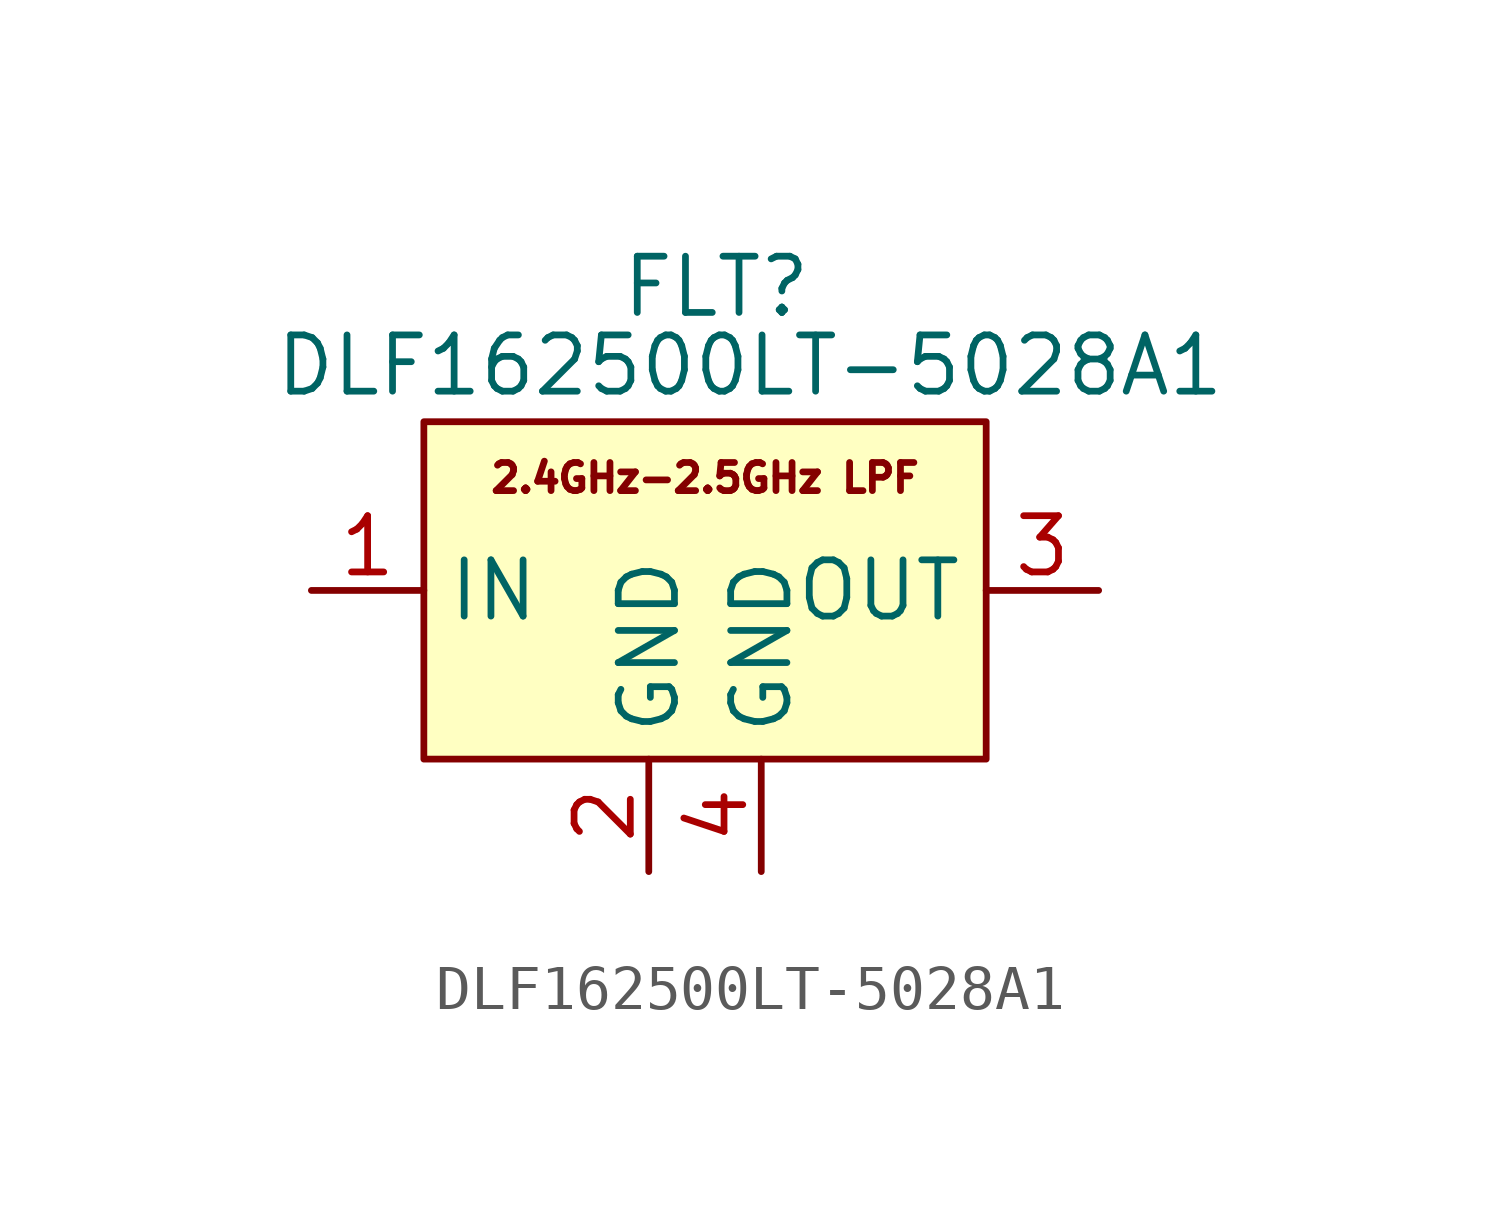
<source format=kicad_sym>
(kicad_symbol_lib
  (version 20231120)
  (generator "kicad_symbol_editor")
  (generator_version "8.0")
  (symbol "DLF162500LT-5028A1"
    (property "Reference" "FLT"
      (at -2.286 5.588 0)
      (effects (font (size 1.27 1.27))))
    (property "Value" "DLF162500LT-5028A1"
      (at -1.524 3.81 0)
      (effects (font (size 1.27 1.27))))
    (symbol "DLF162500LT-5028A1_0_0"
      (pin passive line (at -11.43 -1.27 0) (length 2.54) (name "IN" (effects (font (size 1.27 1.27)))) (number "1" (effects (font (size 1.27 1.27)))))
      (pin passive line (at -3.81 -7.62 90) (length 2.54) (name "GND" (effects (font (size 1.27 1.27)))) (number "2" (effects (font (size 1.27 1.27)))))
      (pin passive line (at 6.35 -1.27 180) (length 2.54) (name "OUT" (effects (font (size 1.27 1.27)))) (number "3" (effects (font (size 1.27 1.27)))))
      (pin passive line (at -1.27 -7.62 90) (length 2.54) (name "GND" (effects (font (size 1.27 1.27)))) (number "4" (effects (font (size 1.27 1.27))))))
    (symbol "DLF162500LT-5028A1_1_1"
      (rectangle (start -8.89 2.54) (end 3.81 -5.08) (stroke (width 0) (type default)) (fill (type background)))
      (text "2.4GHz-2.5GHz LPF" (at -2.54 1.27 0) (effects (font (size 0.635 0.635)))))))
</source>
